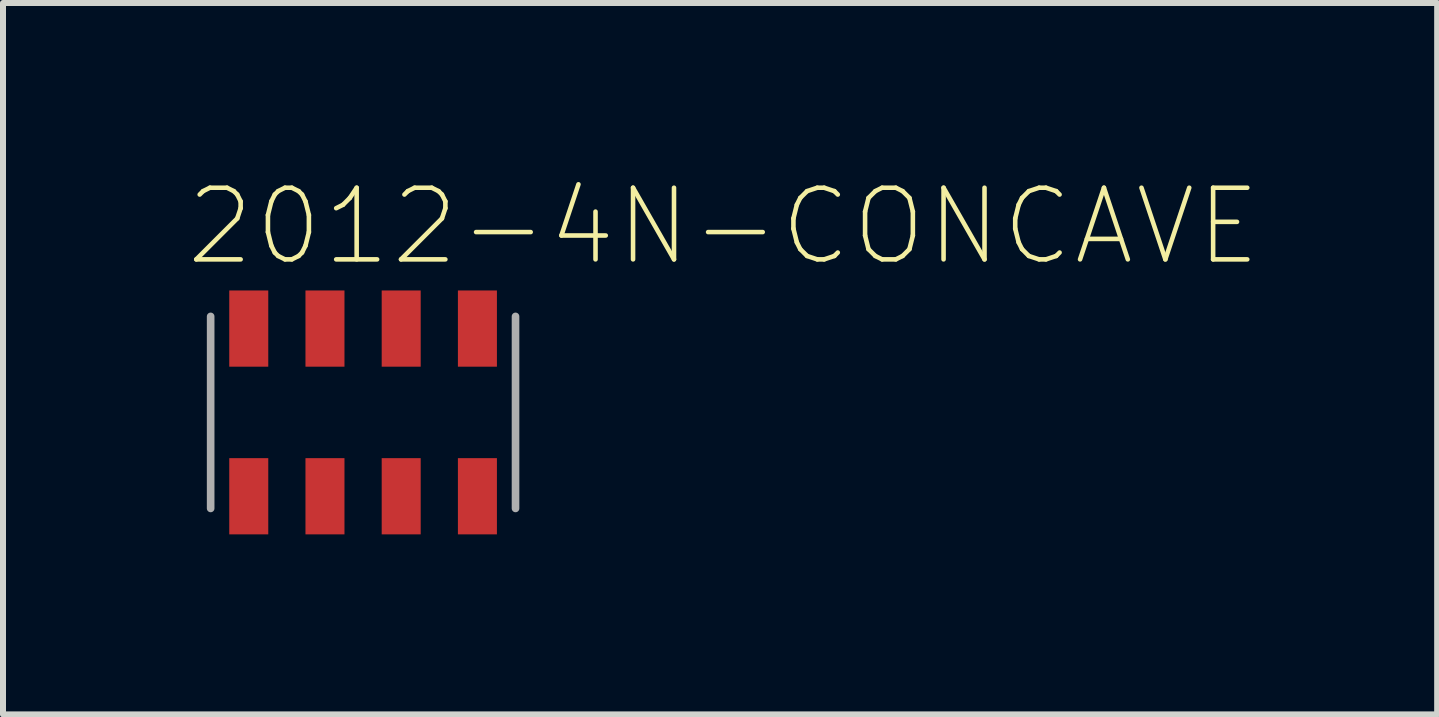
<source format=kicad_pcb>
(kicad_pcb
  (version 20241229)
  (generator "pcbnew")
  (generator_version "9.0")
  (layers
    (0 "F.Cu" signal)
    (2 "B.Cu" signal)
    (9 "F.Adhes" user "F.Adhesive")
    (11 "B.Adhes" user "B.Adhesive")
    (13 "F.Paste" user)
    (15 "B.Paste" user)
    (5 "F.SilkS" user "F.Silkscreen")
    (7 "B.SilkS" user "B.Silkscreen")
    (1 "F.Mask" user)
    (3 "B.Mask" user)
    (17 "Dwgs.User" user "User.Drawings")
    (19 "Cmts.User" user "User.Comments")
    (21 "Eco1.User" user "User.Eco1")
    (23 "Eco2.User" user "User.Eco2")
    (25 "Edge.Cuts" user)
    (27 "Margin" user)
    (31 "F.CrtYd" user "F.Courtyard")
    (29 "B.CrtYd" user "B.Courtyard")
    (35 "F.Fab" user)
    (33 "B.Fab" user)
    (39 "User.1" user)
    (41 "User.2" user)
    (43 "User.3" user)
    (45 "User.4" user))
  (footprint "2012-4N-CONCAVE"
    (layer "F.Cu")
    (at 3 3.822)
    (property "Reference" "2012-4N-CONCAVE" (at -3 -2.4 0) (layer "F.SilkS") (effects (font (size 1.194 1.194) (thickness 0.076)) (justify left bottom)))
    (fp_line (start -2.54 -1.6) (end -2.54 1.6) (stroke (width 0.127) (type solid)) (layer "F.Fab"))
    (fp_line (start 2.54 -1.6) (end 2.54 1.6) (stroke (width 0.127) (type solid)) (layer "F.Fab"))
    (pad "P$1" smd rect (at -1.905 -1.397 90) (size 1.27 0.65) (layers "F.Cu" "F.Mask" "F.Paste"))
    (pad "P$2" smd rect (at -0.635 -1.397 90) (size 1.27 0.65) (layers "F.Cu" "F.Mask" "F.Paste"))
    (pad "P$3" smd rect (at 0.635 -1.397 90) (size 1.27 0.65) (layers "F.Cu" "F.Mask" "F.Paste"))
    (pad "P$4" smd rect (at 1.905 -1.397 90) (size 1.27 0.65) (layers "F.Cu" "F.Mask" "F.Paste"))
    (pad "P$5" smd rect (at 1.905 1.397 90) (size 1.27 0.65) (layers "F.Cu" "F.Mask" "F.Paste"))
    (pad "P$6" smd rect (at 0.635 1.397 90) (size 1.27 0.65) (layers "F.Cu" "F.Mask" "F.Paste"))
    (pad "P$7" smd rect (at -0.635 1.397 90) (size 1.27 0.65) (layers "F.Cu" "F.Mask" "F.Paste"))
    (pad "P$8" smd rect (at -1.905 1.397 90) (size 1.27 0.65) (layers "F.Cu" "F.Mask" "F.Paste")))
  (gr_rect
    (start -3 -3)
    (end 20.897 8.854)
    (stroke (width 0.1) (type default))
    (fill no)
    (layer "Edge.Cuts")))
</source>
